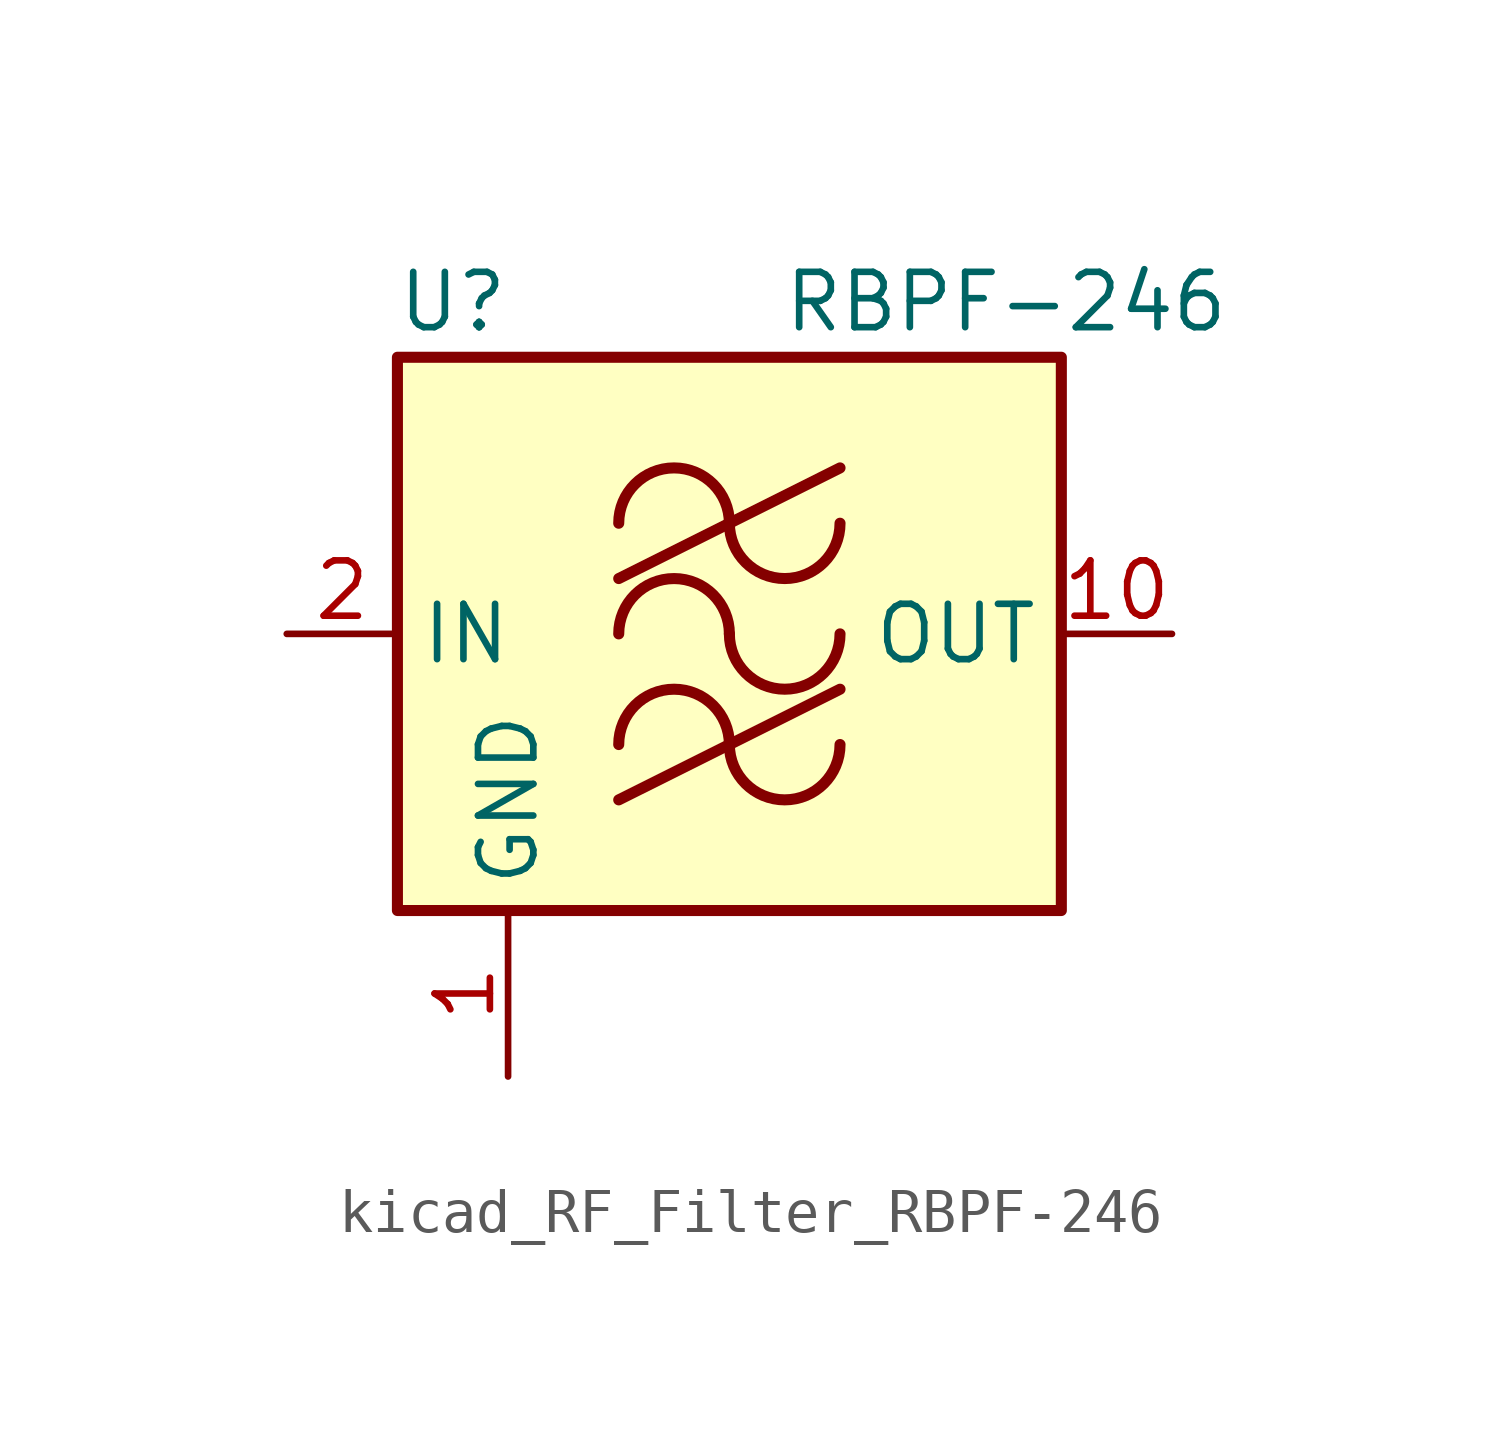
<source format=kicad_sym>
(kicad_symbol_lib
  (version 20220914)
  (generator kicad_symbol_editor)
  (symbol "kicad_RF_Filter_RBPF-246"
    (property "Reference" "U"
      (at -6.35 7.62 0)
      (effects (font (size 1.27 1.27))))
    (property "Value" "RBPF-246"
      (at 6.35 7.62 0)
      (effects (font (size 1.27 1.27))))
    (symbol "kicad_RF_Filter_RBPF-246_0_1"
      (rectangle (start -7.62 6.35) (end 7.62 -6.35) (stroke (width 0.254) (type default)) (fill (type background)))
      (arc (start 0 -2.54) (mid -1.27 -1.2755) (end -2.54 -2.54) (stroke (width 0.254) (type default)) (fill (type none)))
      (arc (start 0 -2.54) (mid 1.27 -3.8045) (end 2.54 -2.54) (stroke (width 0.254) (type default)) (fill (type none)))
      (arc (start 0 0) (mid -1.27 1.2645) (end -2.54 0) (stroke (width 0.254) (type default)) (fill (type none)))
      (polyline (pts (xy -2.54 -3.81) (xy 2.54 -1.27)) (stroke (width 0.254) (type default)) (fill (type none)))
      (polyline (pts (xy -2.54 1.27) (xy 2.54 3.81)) (stroke (width 0.254) (type default)) (fill (type none)))
      (arc (start 0 0) (mid 1.27 -1.2645) (end 2.54 0) (stroke (width 0.254) (type default)) (fill (type none)))
      (arc (start 0 2.54) (mid -1.27 3.8045) (end -2.54 2.54) (stroke (width 0.254) (type default)) (fill (type none)))
      (arc (start 0 2.54) (mid 1.27 1.2755) (end 2.54 2.54) (stroke (width 0.254) (type default)) (fill (type none))))
    (symbol "kicad_RF_Filter_RBPF-246_1_1"
      (pin power_in line (at -5.08 -10.16 90) (length 3.81) (name "GND" (effects (font (size 1.27 1.27)))) (number "1" (effects (font (size 1.27 1.27)))))
      (pin output line (at 10.16 0 180) (length 2.54) (name "OUT" (effects (font (size 1.27 1.27)))) (number "10" (effects (font (size 1.27 1.27)))))
      (pin passive line (at -5.08 -10.16 90) (length 3.81) hide (name "GND" (effects (font (size 1.27 1.27)))) (number "11" (effects (font (size 1.27 1.27)))))
      (pin passive line (at -5.08 -10.16 90) (length 3.81) hide (name "GND" (effects (font (size 1.27 1.27)))) (number "12" (effects (font (size 1.27 1.27)))))
      (pin passive line (at -5.08 -10.16 90) (length 3.81) hide (name "GND" (effects (font (size 1.27 1.27)))) (number "13" (effects (font (size 1.27 1.27)))))
      (pin no_connect line (at 7.62 -2.54 180) (length 2.54) hide (name "NC" (effects (font (size 1.27 1.27)))) (number "14" (effects (font (size 1.27 1.27)))))
      (pin passive line (at -5.08 -10.16 90) (length 3.81) hide (name "GND" (effects (font (size 1.27 1.27)))) (number "15" (effects (font (size 1.27 1.27)))))
      (pin passive line (at -5.08 -10.16 90) (length 3.81) hide (name "GND" (effects (font (size 1.27 1.27)))) (number "16" (effects (font (size 1.27 1.27)))))
      (pin input line (at -10.16 0 0) (length 2.54) (name "IN" (effects (font (size 1.27 1.27)))) (number "2" (effects (font (size 1.27 1.27)))))
      (pin passive line (at -5.08 -10.16 90) (length 3.81) hide (name "GND" (effects (font (size 1.27 1.27)))) (number "3" (effects (font (size 1.27 1.27)))))
      (pin passive line (at -5.08 -10.16 90) (length 3.81) hide (name "GND" (effects (font (size 1.27 1.27)))) (number "4" (effects (font (size 1.27 1.27)))))
      (pin passive line (at -5.08 -10.16 90) (length 3.81) hide (name "GND" (effects (font (size 1.27 1.27)))) (number "5" (effects (font (size 1.27 1.27)))))
      (pin passive line (at -5.08 -10.16 90) (length 3.81) hide (name "GND" (effects (font (size 1.27 1.27)))) (number "6" (effects (font (size 1.27 1.27)))))
      (pin passive line (at -5.08 -10.16 90) (length 3.81) hide (name "GND" (effects (font (size 1.27 1.27)))) (number "7" (effects (font (size 1.27 1.27)))))
      (pin passive line (at -5.08 -10.16 90) (length 3.81) hide (name "GND" (effects (font (size 1.27 1.27)))) (number "8" (effects (font (size 1.27 1.27)))))
      (pin passive line (at -5.08 -10.16 90) (length 3.81) hide (name "GND" (effects (font (size 1.27 1.27)))) (number "9" (effects (font (size 1.27 1.27))))))))
</source>
